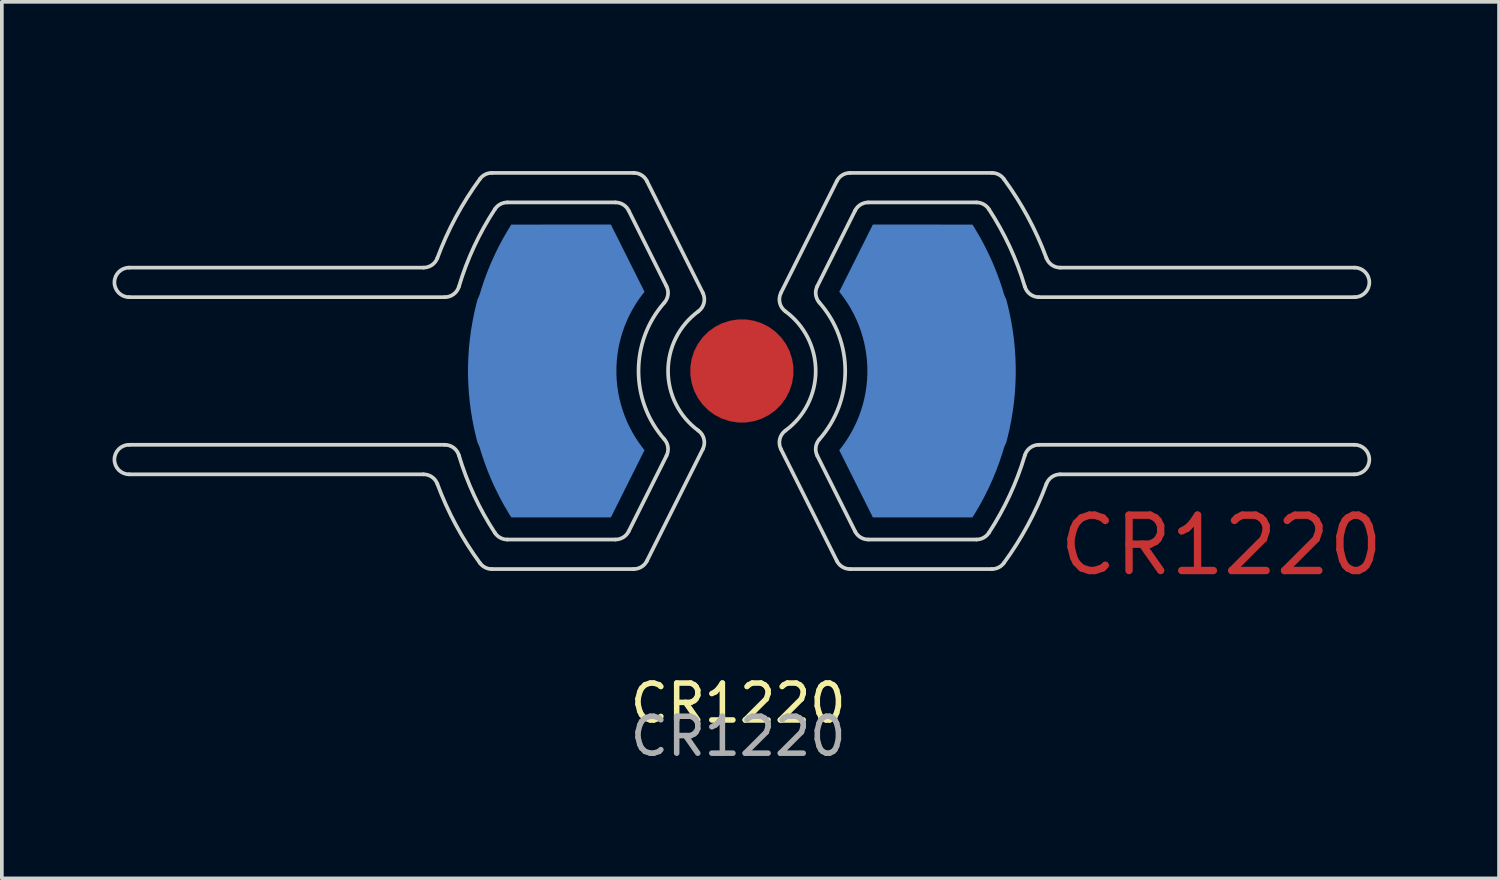
<source format=kicad_pcb>
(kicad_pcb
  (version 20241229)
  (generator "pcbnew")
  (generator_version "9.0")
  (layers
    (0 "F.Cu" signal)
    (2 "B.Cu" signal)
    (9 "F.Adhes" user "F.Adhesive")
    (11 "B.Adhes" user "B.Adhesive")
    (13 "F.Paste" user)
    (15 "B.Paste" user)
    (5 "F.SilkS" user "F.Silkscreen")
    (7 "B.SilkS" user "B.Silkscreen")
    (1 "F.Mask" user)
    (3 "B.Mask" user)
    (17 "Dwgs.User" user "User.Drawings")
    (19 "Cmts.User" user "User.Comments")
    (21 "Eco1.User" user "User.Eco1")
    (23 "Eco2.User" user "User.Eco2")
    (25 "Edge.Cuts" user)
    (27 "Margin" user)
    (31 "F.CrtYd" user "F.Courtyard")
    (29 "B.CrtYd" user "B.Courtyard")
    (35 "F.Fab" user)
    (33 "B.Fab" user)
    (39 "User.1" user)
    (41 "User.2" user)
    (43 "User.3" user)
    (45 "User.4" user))
  (footprint "CR1220"
    (layer "F.Cu")
    (at 17.05 7.001)
    (property "Reference" "CR1220" (at -0.1 9 0) (unlocked yes) (layer "F.SilkS") (effects (font (size 1 1) (thickness 0.15))))
    (attr smd)
    (fp_poly (pts (arc (start 2.930495 -5.366563) (mid 2.720197 -5.30684) (end 2.572752 -5.145504)) (arc (start 1.058301 -2.116601) (mid 1.027349 -1.843401) (end 1.18006 -1.614763)) (arc (start 1.18006 -1.614763) (mid 2 0) (end 1.18006 1.614763)) (arc (start 1.18006 1.614763) (mid 1.027346 1.843399) (end 1.058294 2.116588)) (arc (start 2.572724 5.145449) (mid 2.720204 5.306822) (end 2.9305 5.366563)) (arc (start 4.494438 5.366563) (mid 0 7) (end -4.49444 5.366563)) (arc (start -2.930498 5.366563) (mid -2.720203 5.306823) (end -2.572722 5.145446)) (arc (start -1.0583 2.116599) (mid -1.027349 1.843401) (end -1.18006 1.614763)) (arc (start -1.18006 1.614763) (mid -2 0) (end -1.18006 -1.614763)) (arc (start -1.18006 -1.614763) (mid -1.027349 -1.843401) (end -1.0583 -2.116599)) (arc (start -2.572723 -5.145446) (mid -2.720203 -5.306823) (end -2.930497 -5.366563)) (arc (start -4.494438 -5.366563) (mid 0 -7) (end 4.49444 -5.366563))) (stroke (width 0) (type solid)) (fill yes) (layer "F.Mask"))
    (fp_line (start -16.6 -2.8) (end -8.626 -2.8) (stroke (width 0.1) (type default)) (layer "Edge.Cuts"))
    (fp_line (start -16.6 2) (end -8.05 2) (stroke (width 0.1) (type default)) (layer "Edge.Cuts"))
    (fp_line (start -8.626 2.8) (end -16.6 2.8) (stroke (width 0.1) (type default)) (layer "Edge.Cuts"))
    (fp_line (start -8.05 -2) (end -16.6 -2) (stroke (width 0.1) (type default)) (layer "Edge.Cuts"))
    (fp_line (start -6.774 -5.367) (end -2.93 -5.367) (stroke (width 0.1) (type default)) (layer "Edge.Cuts"))
    (fp_line (start -6.356 4.567) (end -3.425 4.567) (stroke (width 0.1) (type default)) (layer "Edge.Cuts"))
    (fp_line (start -3.425 -4.567) (end -6.356 -4.567) (stroke (width 0.1) (type default)) (layer "Edge.Cuts"))
    (fp_line (start -3.067 4.345) (end -2.042 2.296) (stroke (width 0.1) (type default)) (layer "Edge.Cuts"))
    (fp_line (start -2.93 5.367) (end -6.774 5.367) (stroke (width 0.1) (type default)) (layer "Edge.Cuts"))
    (fp_line (start -2.573 -5.145) (end -1.058 -2.117) (stroke (width 0.1) (type default)) (layer "Edge.Cuts"))
    (fp_line (start -2.042 -2.296) (end -3.067 -4.345) (stroke (width 0.1) (type default)) (layer "Edge.Cuts"))
    (fp_line (start -1.058 2.117) (end -2.573 5.145) (stroke (width 0.1) (type default)) (layer "Edge.Cuts"))
    (fp_line (start 1.058 -2.117) (end 2.573 -5.146) (stroke (width 0.1) (type default)) (layer "Edge.Cuts"))
    (fp_line (start 2.042 2.296) (end 3.067 4.345) (stroke (width 0.1) (type default)) (layer "Edge.Cuts"))
    (fp_line (start 2.573 5.145) (end 1.058 2.117) (stroke (width 0.1) (type default)) (layer "Edge.Cuts"))
    (fp_line (start 2.932 -5.367) (end 6.774 -5.367) (stroke (width 0.1) (type default)) (layer "Edge.Cuts"))
    (fp_line (start 3.067 -4.345) (end 2.042 -2.296) (stroke (width 0.1) (type default)) (layer "Edge.Cuts"))
    (fp_line (start 3.425 4.567) (end 6.356 4.567) (stroke (width 0.1) (type default)) (layer "Edge.Cuts"))
    (fp_line (start 6.356 -4.567) (end 3.425 -4.567) (stroke (width 0.1) (type default)) (layer "Edge.Cuts"))
    (fp_line (start 6.771 5.367) (end 2.93 5.367) (stroke (width 0.1) (type default)) (layer "Edge.Cuts"))
    (fp_line (start 8.05 2) (end 16.6 2) (stroke (width 0.1) (type default)) (layer "Edge.Cuts"))
    (fp_line (start 8.626 -2.8) (end 16.6 -2.8) (stroke (width 0.1) (type default)) (layer "Edge.Cuts"))
    (fp_line (start 16.6 -2) (end 8.05 -2) (stroke (width 0.1) (type default)) (layer "Edge.Cuts"))
    (fp_line (start 16.6 2.8) (end 8.626 2.8) (stroke (width 0.1) (type default)) (layer "Edge.Cuts"))
    (fp_arc (start -16.6 -2) (mid -17 -2.4) (end -16.6 -2.8) (stroke (width 0.1) (type default)) (layer "Edge.Cuts"))
    (fp_arc (start -16.6 2.8) (mid -17 2.4) (end -16.6 2) (stroke (width 0.1) (type default)) (layer "Edge.Cuts"))
    (fp_arc (start -8.625541 2.8) (mid -8.397127 2.871631) (end -8.25052 3.06087) (stroke (width 0.1) (type default)) (layer "Edge.Cuts"))
    (fp_arc (start -8.25052 -3.06087) (mid -8.397127 -2.871631) (end -8.625541 -2.8) (stroke (width 0.1) (type default)) (layer "Edge.Cuts"))
    (fp_arc (start -8.25052 -3.06087) (mid -7.748175 -4.172024) (end -7.097049 -5.203066) (stroke (width 0.1) (type default)) (layer "Edge.Cuts"))
    (fp_arc (start -8.049849 2) (mid -7.8108 2.079287) (end -7.666519 2.285714) (stroke (width 0.1) (type default)) (layer "Edge.Cuts"))
    (fp_arc (start -7.666519 -2.285714) (mid -7.810799 -2.079286) (end -8.049843 -2) (stroke (width 0.1) (type default)) (layer "Edge.Cuts"))
    (fp_arc (start -7.666519 -2.285714) (mid -7.25496 -3.371285) (end -6.69061 -4.385856) (stroke (width 0.1) (type default)) (layer "Edge.Cuts"))
    (fp_arc (start -7.097049 -5.203066) (mid -6.955286 -5.323355) (end -6.774455 -5.366563) (stroke (width 0.1) (type default)) (layer "Edge.Cuts"))
    (fp_arc (start -7.097049 5.203066) (mid -7.748175 4.172024) (end -8.25052 3.06087) (stroke (width 0.1) (type default)) (layer "Edge.Cuts"))
    (fp_arc (start -6.774454 5.366563) (mid -6.955285 5.323355) (end -7.097049 5.203066) (stroke (width 0.1) (type default)) (layer "Edge.Cuts"))
    (fp_arc (start -6.69061 -4.385856) (mid -6.546189 -4.518499) (end -6.356082 -4.566563) (stroke (width 0.1) (type default)) (layer "Edge.Cuts"))
    (fp_arc (start -6.69061 4.385856) (mid -7.25496 3.371285) (end -7.666519 2.285714) (stroke (width 0.1) (type default)) (layer "Edge.Cuts"))
    (fp_arc (start -6.356082 4.566563) (mid -6.546189 4.518499) (end -6.69061 4.385856) (stroke (width 0.1) (type default)) (layer "Edge.Cuts"))
    (fp_arc (start -3.424924 -4.566563) (mid -3.21463 -4.506823) (end -3.06715 -4.345446) (stroke (width 0.1) (type default)) (layer "Edge.Cuts"))
    (fp_arc (start -3.06715 4.345446) (mid -3.21463 4.506823) (end -3.424925 4.566563) (stroke (width 0.1) (type default)) (layer "Edge.Cuts"))
    (fp_arc (start -2.930497 -5.366563) (mid -2.720203 -5.306823) (end -2.572722 -5.145445) (stroke (width 0.1) (type default)) (layer "Edge.Cuts"))
    (fp_arc (start -2.572723 5.145446) (mid -2.720203 5.306823) (end -2.930498 5.366563) (stroke (width 0.1) (type default)) (layer "Edge.Cuts"))
    (fp_arc (start -2.099967 1.852063) (mid -2.8 0) (end -2.099967 -1.852063) (stroke (width 0.1) (type default)) (layer "Edge.Cuts"))
    (fp_arc (start -2.099967 1.852063) (mid -2.003315 2.064968) (end -2.042193 2.295528) (stroke (width 0.1) (type default)) (layer "Edge.Cuts"))
    (fp_arc (start -2.042192 -2.29553) (mid -2.003315 -2.064968) (end -2.099967 -1.852063) (stroke (width 0.1) (type default)) (layer "Edge.Cuts"))
    (fp_arc (start -1.18006 1.614763) (mid -2 0) (end -1.18006 -1.614763) (stroke (width 0.1) (type default)) (layer "Edge.Cuts"))
    (fp_arc (start -1.18006 1.614763) (mid -1.027349 1.843401) (end -1.0583 2.116599) (stroke (width 0.1) (type default)) (layer "Edge.Cuts"))
    (fp_arc (start -1.0583 -2.116599) (mid -1.027349 -1.843401) (end -1.18006 -1.614763) (stroke (width 0.1) (type default)) (layer "Edge.Cuts"))
    (fp_arc (start 1.058294 2.116588) (mid 1.027346 1.843399) (end 1.18006 1.614763) (stroke (width 0.1) (type default)) (layer "Edge.Cuts"))
    (fp_arc (start 1.18006 -1.614763) (mid 1.027349 -1.843401) (end 1.058301 -2.116601) (stroke (width 0.1) (type default)) (layer "Edge.Cuts"))
    (fp_arc (start 1.18006 -1.614763) (mid 2 0) (end 1.18006 1.614763) (stroke (width 0.1) (type default)) (layer "Edge.Cuts"))
    (fp_arc (start 2.042188 2.295521) (mid 2.003313 2.064967) (end 2.099967 1.852063) (stroke (width 0.1) (type default)) (layer "Edge.Cuts"))
    (fp_arc (start 2.099967 -1.852063) (mid 2.003316 -2.064967) (end 2.042196 -2.295527) (stroke (width 0.1) (type default)) (layer "Edge.Cuts"))
    (fp_arc (start 2.099967 -1.852063) (mid 2.8 0) (end 2.099967 1.852063) (stroke (width 0.1) (type default)) (layer "Edge.Cuts"))
    (fp_arc (start 2.57275 -5.1455) (mid 2.720197 -5.30684) (end 2.932439 -5.366563) (stroke (width 0.1) (type default)) (layer "Edge.Cuts"))
    (fp_arc (start 2.9305 5.366563) (mid 2.720204 5.306822) (end 2.572724 5.145449) (stroke (width 0.1) (type default)) (layer "Edge.Cuts"))
    (fp_arc (start 3.067161 -4.345469) (mid 3.214626 -4.50683) (end 3.4249 -4.566563) (stroke (width 0.1) (type default)) (layer "Edge.Cuts"))
    (fp_arc (start 3.4249 4.566563) (mid 3.214629 4.506824) (end 3.067161 4.345469) (stroke (width 0.1) (type default)) (layer "Edge.Cuts"))
    (fp_arc (start 6.3561 -4.566563) (mid 6.546191 -4.518503) (end 6.69061 -4.385856) (stroke (width 0.1) (type default)) (layer "Edge.Cuts"))
    (fp_arc (start 6.69061 -4.385856) (mid 7.25496 -3.371285) (end 7.666519 -2.285714) (stroke (width 0.1) (type default)) (layer "Edge.Cuts"))
    (fp_arc (start 6.69061 4.385856) (mid 6.546191 4.518503) (end 6.3561 4.566563) (stroke (width 0.1) (type default)) (layer "Edge.Cuts"))
    (fp_arc (start 6.7745 -5.366563) (mid 6.955295 -5.323368) (end 7.097049 -5.203066) (stroke (width 0.1) (type default)) (layer "Edge.Cuts"))
    (fp_arc (start 7.097049 -5.203066) (mid 7.748175 -4.172024) (end 8.25052 -3.06087) (stroke (width 0.1) (type default)) (layer "Edge.Cuts"))
    (fp_arc (start 7.097049 5.203066) (mid 6.955286 5.32335) (end 6.770605 5.366563) (stroke (width 0.1) (type default)) (layer "Edge.Cuts"))
    (fp_arc (start 7.666519 2.285714) (mid 7.25496 3.371285) (end 6.69061 4.385856) (stroke (width 0.1) (type default)) (layer "Edge.Cuts"))
    (fp_arc (start 7.666519 2.285714) (mid 7.810803 2.079304) (end 8.0499 2.000019) (stroke (width 0.1) (type default)) (layer "Edge.Cuts"))
    (fp_arc (start 8.0498 -2) (mid 7.810778 -2.079269) (end 7.666519 -2.285714) (stroke (width 0.1) (type default)) (layer "Edge.Cuts"))
    (fp_arc (start 8.25052 3.06087) (mid 7.748175 4.172024) (end 7.097049 5.203066) (stroke (width 0.1) (type default)) (layer "Edge.Cuts"))
    (fp_arc (start 8.25052 3.06087) (mid 8.397131 2.871648) (end 8.6256 2.800013) (stroke (width 0.1) (type default)) (layer "Edge.Cuts"))
    (fp_arc (start 8.6255 -2.8) (mid 8.397108 -2.871615) (end 8.25052 -3.06087) (stroke (width 0.1) (type default)) (layer "Edge.Cuts"))
    (fp_arc (start 16.6 -2.8) (mid 17 -2.4) (end 16.6 -2) (stroke (width 0.1) (type default)) (layer "Edge.Cuts"))
    (fp_arc (start 16.6 2) (mid 17 2.4) (end 16.6 2.8) (stroke (width 0.1) (type default)) (layer "Edge.Cuts"))
    (fp_text user "+" (at 3.2 1.54 0) (unlocked yes) (layer "F.Cu") (effects (font (size 3 3) (thickness 0.6) (bold yes)) (justify left bottom)))
    (fp_text user "+" (at -7.6 1.54 0) (unlocked yes) (layer "F.Cu") (effects (font (size 3 3) (thickness 0.6) (bold yes)) (justify left bottom)))
    (fp_text user "CR1220" (at 8.5 5.6 0) (unlocked yes) (layer "F.Cu") (effects (font (size 1.5 1.5) (thickness 0.2)) (justify left bottom)))
    (fp_text user "+" (at 3.2 1.54 0) (unlocked yes) (layer "F.Mask") (effects (font (size 3 3) (thickness 0.6) (bold yes)) (justify left bottom)))
    (fp_text user "CR1220" (at 8.5 5.6 0) (unlocked yes) (layer "F.Mask") (effects (font (size 1.5 1.5) (thickness 0.2)) (justify left bottom)))
    (fp_text user "+" (at -7.6 1.54 0) (unlocked yes) (layer "F.Mask") (effects (font (size 3 3) (thickness 0.6) (bold yes)) (justify left bottom)))
    (fp_text user "${REFERENCE}" (at -0.1 9.9 0) (unlocked yes) (layer "F.Fab") (effects (font (size 1 1) (thickness 0.15))))
    (pad "1" smd custom (at -5.2 0) (size 1.27 1.27) (layers "B.Cu" "B.Mask") (options (anchor circle)) (primitives (gr_poly (pts (xy -0.953 -0.445) (xy -0.938 -0.517) (xy -0.897 -0.579) (xy -0.835 -0.62) (xy -0.762 -0.635) (xy 0.762 -0.635) (xy 0.835 -0.62) (xy 0.897 -0.579) (xy 0.938 -0.517) (xy 0.953 -0.445) (xy 0.953 0.445) (xy 0.938 0.517) (xy 0.897 0.579) (xy 0.835 0.62) (xy 0.762 0.635) (xy -0.762 0.635) (xy -0.835 0.62) (xy -0.897 0.579) (xy -0.938 0.517) (xy -0.953 0.445)) (width 0) (fill yes)) (gr_poly (pts (arc (start -1.047108 -3.966563) (mid -1.533317 -3.0696) (end -1.89153 -2.114286)) (arc (start -1.89153 -2.114286) (mid -1.922445 -2.025928) (end -1.961487 -1.940848)) (arc (start -1.961487 -1.940848) (mid -2.219824 0) (end -1.961487 1.940848)) (arc (start -1.961487 1.940848) (mid -1.922445 2.025928) (end -1.89153 2.114286)) (arc (start -1.89153 2.114286) (mid -1.533317 3.0696) (end -1.047107 3.966563)) (xy 1.651 3.967) (arc (start 2.562162 2.14518) (mid 1.8 0) (end 2.562162 -2.145181)) (xy 1.651 -3.967)) (width 0) (fill yes))))
    (pad "1" smd custom (at 5.3 0) (size 1.27 1.27) (layers "B.Cu" "B.Mask") (options (anchor circle)) (primitives (gr_poly (pts (xy -0.953 -0.445) (xy -0.938 -0.517) (xy -0.897 -0.579) (xy -0.835 -0.62) (xy -0.762 -0.635) (xy 0.762 -0.635) (xy 0.835 -0.62) (xy 0.897 -0.579) (xy 0.938 -0.517) (xy 0.953 -0.445) (xy 0.953 0.445) (xy 0.938 0.517) (xy 0.897 0.579) (xy 0.835 0.62) (xy 0.762 0.635) (xy -0.762 0.635) (xy -0.835 0.62) (xy -0.897 0.579) (xy -0.938 0.517) (xy -0.953 0.445)) (width 0) (fill yes)) (gr_poly (pts (arc (start 1.79153 2.114286) (mid 1.433317 3.0696) (end 0.947108 3.966563)) (xy -1.751 3.967) (arc (start -2.662163 2.145178) (mid -1.9 0) (end -2.662162 -2.145181)) (xy -1.751 -3.967) (arc (start 0.947107 -3.966563) (mid 1.433316 -3.0696) (end 1.79153 -2.114286)) (arc (start 1.79153 -2.114286) (mid 1.822443 -2.025927) (end 1.861487 -1.940848)) (arc (start 1.861487 -1.940848) (mid 2.119824 0) (end 1.861487 1.940848)) (arc (start 1.861487 1.940848) (mid 1.822447 2.025929) (end 1.79153 2.114286))) (width 0) (fill yes))))
    (pad "2" smd custom (at -0.000001 0) (size 1.27 1.27) (layers "F.Cu" "F.Mask") (options (anchor circle)) (primitives (gr_poly (pts (xy -0.953 -0.445) (xy -0.938 -0.517) (xy -0.897 -0.579) (xy -0.835 -0.62) (xy -0.762 -0.635) (xy 0.762 -0.635) (xy 0.835 -0.62) (xy 0.897 -0.579) (xy 0.938 -0.517) (xy 0.953 -0.445) (xy 0.953 0.445) (xy 0.938 0.517) (xy 0.897 0.579) (xy 0.835 0.62) (xy 0.762 0.635) (xy -0.762 0.635) (xy -0.835 0.62) (xy -0.897 0.579) (xy -0.938 0.517) (xy -0.953 0.445)) (width 0) (fill yes)) (gr_poly (pts (xy 1.396 -0.11) (xy 1.361 -0.327) (xy 1.293 -0.536) (xy 1.194 -0.731) (xy 1.065 -0.909) (xy 0.909 -1.065) (xy 0.731 -1.194) (xy 0.536 -1.293) (xy 0.327 -1.361) (xy 0.11 -1.396) (xy -0.11 -1.396) (xy -0.327 -1.361) (xy -0.536 -1.293) (xy -0.731 -1.194) (xy -0.909 -1.065) (xy -1.065 -0.909) (xy -1.194 -0.731) (xy -1.293 -0.536) (xy -1.361 -0.327) (xy -1.396 -0.11) (xy -1.396 0.11) (xy -1.361 0.327) (xy -1.293 0.536) (xy -1.194 0.731) (xy -1.065 0.909) (xy -0.909 1.065) (xy -0.731 1.194) (xy -0.536 1.293) (xy -0.327 1.361) (xy -0.11 1.396) (xy 0.11 1.396) (xy 0.327 1.361) (xy 0.536 1.293) (xy 0.731 1.194) (xy 0.909 1.065) (xy 1.065 0.909) (xy 1.194 0.731) (xy 1.293 0.536) (xy 1.361 0.327) (xy 1.396 0.11) (xy 1.396 -0.11)) (width 0) (fill yes)))))
  (gr_rect
    (start -3 -3)
    (end 37.564 20.749)
    (stroke (width 0.1) (type default))
    (fill no)
    (layer "Edge.Cuts")))
</source>
